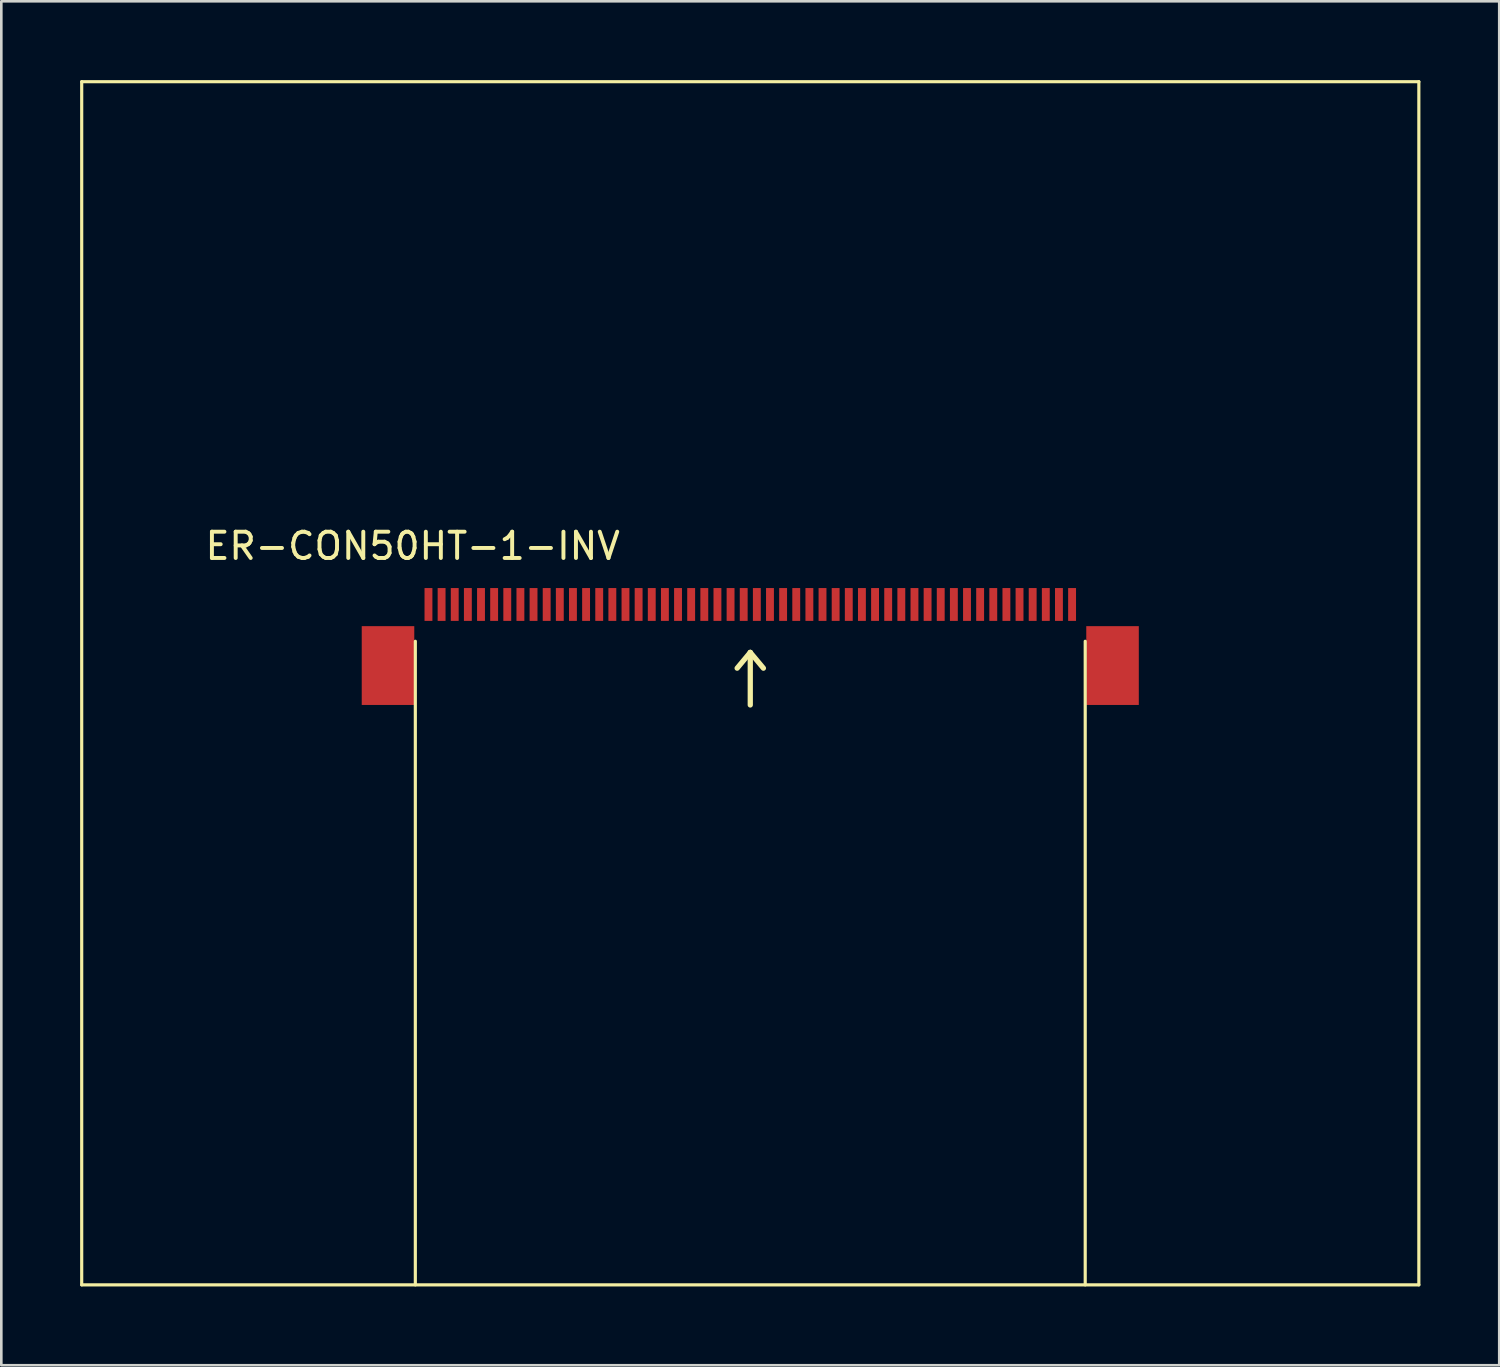
<source format=kicad_pcb>
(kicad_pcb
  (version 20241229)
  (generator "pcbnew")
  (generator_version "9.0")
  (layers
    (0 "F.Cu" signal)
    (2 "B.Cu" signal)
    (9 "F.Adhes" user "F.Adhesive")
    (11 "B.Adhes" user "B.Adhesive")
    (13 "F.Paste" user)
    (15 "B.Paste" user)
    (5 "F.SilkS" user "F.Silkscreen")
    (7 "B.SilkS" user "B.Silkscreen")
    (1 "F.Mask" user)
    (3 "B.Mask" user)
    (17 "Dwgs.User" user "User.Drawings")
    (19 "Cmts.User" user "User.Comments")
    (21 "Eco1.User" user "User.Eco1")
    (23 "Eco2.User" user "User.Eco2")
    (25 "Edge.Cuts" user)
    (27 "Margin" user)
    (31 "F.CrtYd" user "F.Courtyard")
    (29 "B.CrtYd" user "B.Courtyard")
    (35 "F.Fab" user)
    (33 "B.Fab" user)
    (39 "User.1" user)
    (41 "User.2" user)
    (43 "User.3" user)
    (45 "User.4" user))
  (footprint "ER-CON50HT-1-INV"
    (layer "F.Cu")
    (at 25.51 23.785)
    (property "Reference" "ER-CON50HT-1-INV" (at -12.85 -6.05 0) (layer "F.SilkS") (effects (font (size 1 1) (thickness 0.15))))
    (attr smd)
    (fp_line (start -25.45 -23.725) (end -25.45 22.075) (stroke (width 0.12) (type solid)) (layer "F.SilkS"))
    (fp_line (start -25.45 -23.725) (end 25.45 -23.725) (stroke (width 0.12) (type solid)) (layer "F.SilkS"))
    (fp_line (start -12.75 -2.425) (end -12.75 22.075) (stroke (width 0.12) (type solid)) (layer "F.SilkS"))
    (fp_line (start 0 -2) (end -0.5 -1.4) (stroke (width 0.2) (type solid)) (layer "F.SilkS"))
    (fp_line (start 0 -2) (end 0.5 -1.4) (stroke (width 0.2) (type solid)) (layer "F.SilkS"))
    (fp_line (start 0 0) (end 0 -2) (stroke (width 0.2) (type solid)) (layer "F.SilkS"))
    (fp_line (start 12.75 -2.425) (end 12.75 22.075) (stroke (width 0.12) (type solid)) (layer "F.SilkS"))
    (fp_line (start 25.45 22.075) (end -25.45 22.075) (stroke (width 0.12) (type solid)) (layer "F.SilkS"))
    (fp_line (start 25.45 22.075) (end 25.45 -23.725) (stroke (width 0.12) (type solid)) (layer "F.SilkS"))
    (pad "" smd rect (at -13.79 -1.5) (size 2 3) (layers "F.Cu" "F.Mask" "F.Paste"))
    (pad "" smd rect (at 13.79 -1.5) (size 2 3) (layers "F.Cu" "F.Mask" "F.Paste"))
    (pad "1" smd rect (at 12.25 -3.825) (size 0.3 1.25) (layers "F.Cu" "F.Mask" "F.Paste"))
    (pad "2" smd rect (at 11.75 -3.825) (size 0.3 1.25) (layers "F.Cu" "F.Mask" "F.Paste"))
    (pad "3" smd rect (at 11.25 -3.825) (size 0.3 1.25) (layers "F.Cu" "F.Mask" "F.Paste"))
    (pad "4" smd rect (at 10.75 -3.825) (size 0.3 1.25) (layers "F.Cu" "F.Mask" "F.Paste"))
    (pad "5" smd rect (at 10.25 -3.825) (size 0.3 1.25) (layers "F.Cu" "F.Mask" "F.Paste"))
    (pad "6" smd rect (at 9.75 -3.825) (size 0.3 1.25) (layers "F.Cu" "F.Mask" "F.Paste"))
    (pad "7" smd rect (at 9.25 -3.825) (size 0.3 1.25) (layers "F.Cu" "F.Mask" "F.Paste"))
    (pad "8" smd rect (at 8.75 -3.825) (size 0.3 1.25) (layers "F.Cu" "F.Mask" "F.Paste"))
    (pad "9" smd rect (at 8.25 -3.825) (size 0.3 1.25) (layers "F.Cu" "F.Mask" "F.Paste"))
    (pad "10" smd rect (at 7.75 -3.825) (size 0.3 1.25) (layers "F.Cu" "F.Mask" "F.Paste"))
    (pad "11" smd rect (at 7.25 -3.825) (size 0.3 1.25) (layers "F.Cu" "F.Mask" "F.Paste"))
    (pad "12" smd rect (at 6.75 -3.825) (size 0.3 1.25) (layers "F.Cu" "F.Mask" "F.Paste"))
    (pad "13" smd rect (at 6.25 -3.825) (size 0.3 1.25) (layers "F.Cu" "F.Mask" "F.Paste"))
    (pad "14" smd rect (at 5.75 -3.825) (size 0.3 1.25) (layers "F.Cu" "F.Mask" "F.Paste"))
    (pad "15" smd rect (at 5.25 -3.825) (size 0.3 1.25) (layers "F.Cu" "F.Mask" "F.Paste"))
    (pad "16" smd rect (at 4.75 -3.825) (size 0.3 1.25) (layers "F.Cu" "F.Mask" "F.Paste"))
    (pad "17" smd rect (at 4.25 -3.825) (size 0.3 1.25) (layers "F.Cu" "F.Mask" "F.Paste"))
    (pad "18" smd rect (at 3.75 -3.825) (size 0.3 1.25) (layers "F.Cu" "F.Mask" "F.Paste"))
    (pad "19" smd rect (at 3.25 -3.825) (size 0.3 1.25) (layers "F.Cu" "F.Mask" "F.Paste"))
    (pad "20" smd rect (at 2.75 -3.825) (size 0.3 1.25) (layers "F.Cu" "F.Mask" "F.Paste"))
    (pad "21" smd rect (at 2.25 -3.825) (size 0.3 1.25) (layers "F.Cu" "F.Mask" "F.Paste"))
    (pad "22" smd rect (at 1.75 -3.825) (size 0.3 1.25) (layers "F.Cu" "F.Mask" "F.Paste"))
    (pad "23" smd rect (at 1.25 -3.825) (size 0.3 1.25) (layers "F.Cu" "F.Mask" "F.Paste"))
    (pad "24" smd rect (at 0.75 -3.825) (size 0.3 1.25) (layers "F.Cu" "F.Mask" "F.Paste"))
    (pad "25" smd rect (at 0.25 -3.825) (size 0.3 1.25) (layers "F.Cu" "F.Mask" "F.Paste"))
    (pad "26" smd rect (at -0.25 -3.825) (size 0.3 1.25) (layers "F.Cu" "F.Mask" "F.Paste"))
    (pad "27" smd rect (at -0.75 -3.825) (size 0.3 1.25) (layers "F.Cu" "F.Mask" "F.Paste"))
    (pad "28" smd rect (at -1.25 -3.825) (size 0.3 1.25) (layers "F.Cu" "F.Mask" "F.Paste"))
    (pad "29" smd rect (at -1.75 -3.825) (size 0.3 1.25) (layers "F.Cu" "F.Mask" "F.Paste"))
    (pad "30" smd rect (at -2.25 -3.825) (size 0.3 1.25) (layers "F.Cu" "F.Mask" "F.Paste"))
    (pad "31" smd rect (at -2.75 -3.825) (size 0.3 1.25) (layers "F.Cu" "F.Mask" "F.Paste"))
    (pad "32" smd rect (at -3.25 -3.825) (size 0.3 1.25) (layers "F.Cu" "F.Mask" "F.Paste"))
    (pad "33" smd rect (at -3.75 -3.825) (size 0.3 1.25) (layers "F.Cu" "F.Mask" "F.Paste"))
    (pad "34" smd rect (at -4.25 -3.825) (size 0.3 1.25) (layers "F.Cu" "F.Mask" "F.Paste"))
    (pad "35" smd rect (at -4.75 -3.825) (size 0.3 1.25) (layers "F.Cu" "F.Mask" "F.Paste"))
    (pad "36" smd rect (at -5.25 -3.825) (size 0.3 1.25) (layers "F.Cu" "F.Mask" "F.Paste"))
    (pad "37" smd rect (at -5.75 -3.825) (size 0.3 1.25) (layers "F.Cu" "F.Mask" "F.Paste"))
    (pad "38" smd rect (at -6.25 -3.825) (size 0.3 1.25) (layers "F.Cu" "F.Mask" "F.Paste"))
    (pad "39" smd rect (at -6.75 -3.825) (size 0.3 1.25) (layers "F.Cu" "F.Mask" "F.Paste"))
    (pad "40" smd rect (at -7.25 -3.825) (size 0.3 1.25) (layers "F.Cu" "F.Mask" "F.Paste"))
    (pad "41" smd rect (at -7.75 -3.825) (size 0.3 1.25) (layers "F.Cu" "F.Mask" "F.Paste"))
    (pad "42" smd rect (at -8.25 -3.825) (size 0.3 1.25) (layers "F.Cu" "F.Mask" "F.Paste"))
    (pad "43" smd rect (at -8.75 -3.825) (size 0.3 1.25) (layers "F.Cu" "F.Mask" "F.Paste"))
    (pad "44" smd rect (at -9.25 -3.825) (size 0.3 1.25) (layers "F.Cu" "F.Mask" "F.Paste"))
    (pad "45" smd rect (at -9.75 -3.825) (size 0.3 1.25) (layers "F.Cu" "F.Mask" "F.Paste"))
    (pad "46" smd rect (at -10.25 -3.825) (size 0.3 1.25) (layers "F.Cu" "F.Mask" "F.Paste"))
    (pad "47" smd rect (at -10.75 -3.825) (size 0.3 1.25) (layers "F.Cu" "F.Mask" "F.Paste"))
    (pad "48" smd rect (at -11.25 -3.825) (size 0.3 1.25) (layers "F.Cu" "F.Mask" "F.Paste"))
    (pad "49" smd rect (at -11.75 -3.825) (size 0.3 1.25) (layers "F.Cu" "F.Mask" "F.Paste"))
    (pad "50" smd rect (at -12.25 -3.825) (size 0.3 1.25) (layers "F.Cu" "F.Mask" "F.Paste")))
  (gr_rect
    (start -3 -3)
    (end 54.02 48.92)
    (stroke (width 0.1) (type default))
    (fill no)
    (layer "Edge.Cuts")))
</source>
